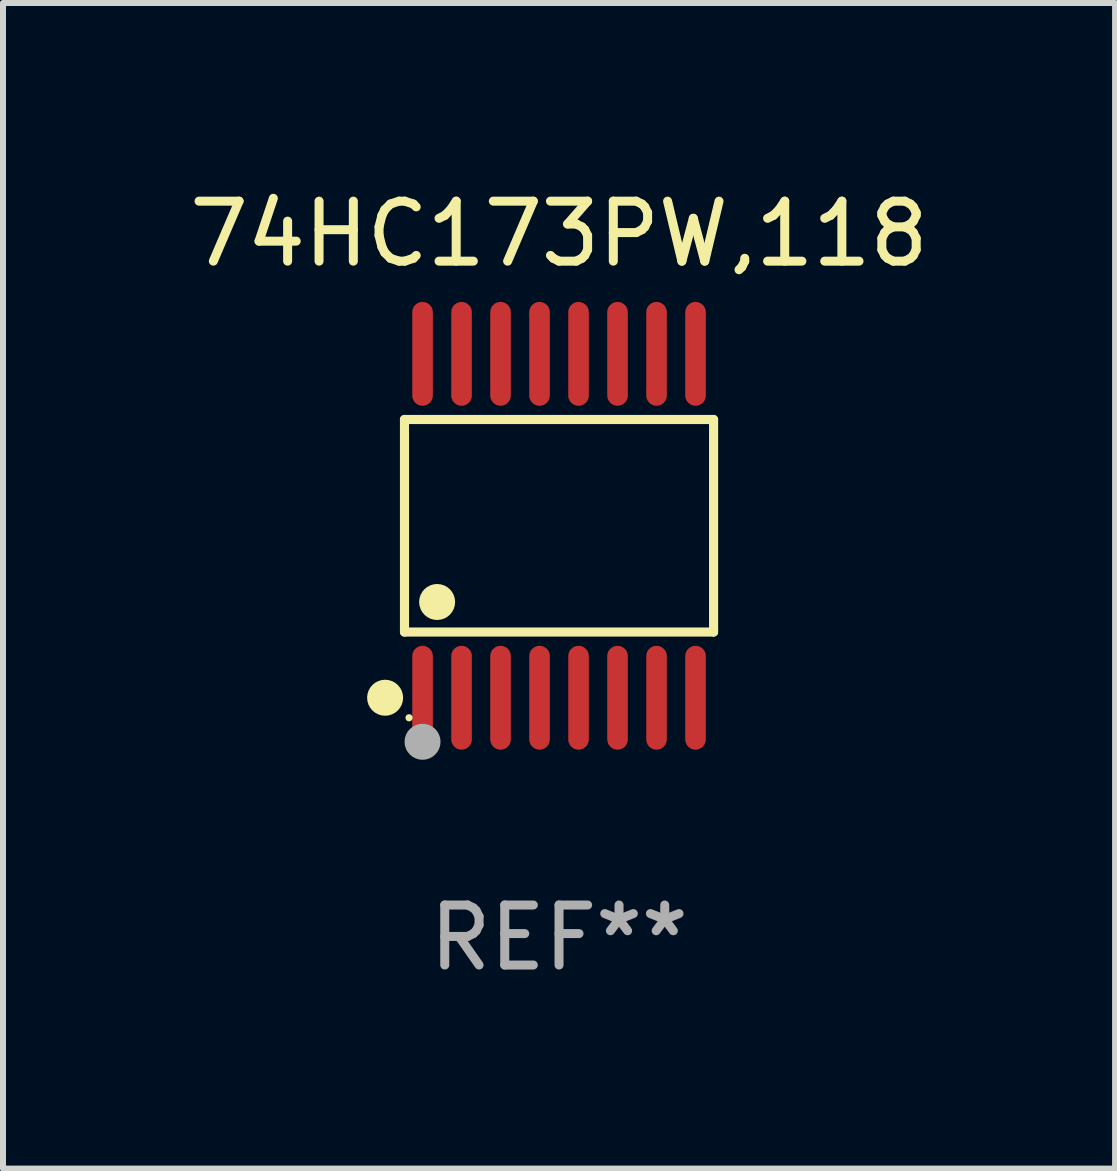
<source format=kicad_pcb>
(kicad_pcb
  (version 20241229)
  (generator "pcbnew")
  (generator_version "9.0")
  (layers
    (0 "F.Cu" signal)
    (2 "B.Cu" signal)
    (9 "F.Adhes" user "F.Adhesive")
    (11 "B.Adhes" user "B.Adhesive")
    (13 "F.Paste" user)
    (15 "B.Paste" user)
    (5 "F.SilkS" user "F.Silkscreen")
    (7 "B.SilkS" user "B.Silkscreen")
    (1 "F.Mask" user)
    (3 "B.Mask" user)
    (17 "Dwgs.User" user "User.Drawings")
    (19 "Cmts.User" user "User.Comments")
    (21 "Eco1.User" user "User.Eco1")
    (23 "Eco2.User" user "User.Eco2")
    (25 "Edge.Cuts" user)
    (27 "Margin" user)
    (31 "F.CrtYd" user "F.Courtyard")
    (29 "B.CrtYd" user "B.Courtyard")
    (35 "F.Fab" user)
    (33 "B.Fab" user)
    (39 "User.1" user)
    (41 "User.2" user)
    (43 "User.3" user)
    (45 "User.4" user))
  (footprint "74HC173PW,118"
    (layer "F.Cu")
    (at 6.268 5.714)
    (property "Reference" "74HC173PW,118" (at 0 -4.866 0) (layer "F.SilkS") (effects (font (size 1 1) (thickness 0.15))))
    (attr through_hole)
    (fp_line (start -2.576 -1.772) (end 2.576 -1.772) (stroke (width 0.152) (type solid)) (layer "F.SilkS"))
    (fp_line (start -2.576 1.771) (end -2.576 -1.772) (stroke (width 0.152) (type solid)) (layer "F.SilkS"))
    (fp_line (start 2.576 -1.772) (end 2.576 1.771) (stroke (width 0.152) (type solid)) (layer "F.SilkS"))
    (fp_line (start 2.576 1.771) (end -2.576 1.771) (stroke (width 0.152) (type solid)) (layer "F.SilkS"))
    (fp_circle (center -2.899 2.866) (end -2.749 2.866) (stroke (width 0.3) (type solid)) (fill no) (layer "F.SilkS"))
    (fp_circle (center -2.5 3.2) (end -2.47 3.2) (stroke (width 0.06) (type solid)) (fill no) (layer "F.SilkS"))
    (fp_circle (center -2.032 1.27) (end -1.882 1.27) (stroke (width 0.3) (type solid)) (fill no) (layer "F.SilkS"))
    (fp_circle (center -2.275 3.6) (end -2.125 3.6) (stroke (width 0.3) (type solid)) (fill no) (layer "F.Fab"))
    (fp_text user "REF**" (at 0 6.866 0) (layer "F.Fab") (effects (font (size 1 1) (thickness 0.15))))
    (pad "1" smd oval (at -2.275 2.866) (size 0.343 1.731) (layers "F.Cu" "F.Mask" "F.Paste"))
    (pad "2" smd oval (at -1.625 2.866) (size 0.343 1.731) (layers "F.Cu" "F.Mask" "F.Paste"))
    (pad "3" smd oval (at -0.975 2.866) (size 0.343 1.731) (layers "F.Cu" "F.Mask" "F.Paste"))
    (pad "4" smd oval (at -0.325 2.866) (size 0.343 1.731) (layers "F.Cu" "F.Mask" "F.Paste"))
    (pad "5" smd oval (at 0.325 2.866) (size 0.343 1.731) (layers "F.Cu" "F.Mask" "F.Paste"))
    (pad "6" smd oval (at 0.975 2.866) (size 0.343 1.731) (layers "F.Cu" "F.Mask" "F.Paste"))
    (pad "7" smd oval (at 1.625 2.866) (size 0.343 1.731) (layers "F.Cu" "F.Mask" "F.Paste"))
    (pad "8" smd oval (at 2.275 2.866) (size 0.343 1.731) (layers "F.Cu" "F.Mask" "F.Paste"))
    (pad "9" smd oval (at 2.275 -2.866) (size 0.343 1.731) (layers "F.Cu" "F.Mask" "F.Paste"))
    (pad "10" smd oval (at 1.625 -2.866) (size 0.343 1.731) (layers "F.Cu" "F.Mask" "F.Paste"))
    (pad "11" smd oval (at 0.975 -2.866) (size 0.343 1.731) (layers "F.Cu" "F.Mask" "F.Paste"))
    (pad "12" smd oval (at 0.325 -2.866) (size 0.343 1.731) (layers "F.Cu" "F.Mask" "F.Paste"))
    (pad "13" smd oval (at -0.325 -2.866) (size 0.343 1.731) (layers "F.Cu" "F.Mask" "F.Paste"))
    (pad "14" smd oval (at -0.975 -2.866) (size 0.343 1.731) (layers "F.Cu" "F.Mask" "F.Paste"))
    (pad "15" smd oval (at -1.625 -2.866) (size 0.343 1.731) (layers "F.Cu" "F.Mask" "F.Paste"))
    (pad "16" smd oval (at -2.275 -2.866) (size 0.343 1.731) (layers "F.Cu" "F.Mask" "F.Paste")))
  (gr_rect
    (start -3 -3)
    (end 15.536 16.428)
    (stroke (width 0.1) (type default))
    (fill no)
    (layer "Edge.Cuts")))
</source>
